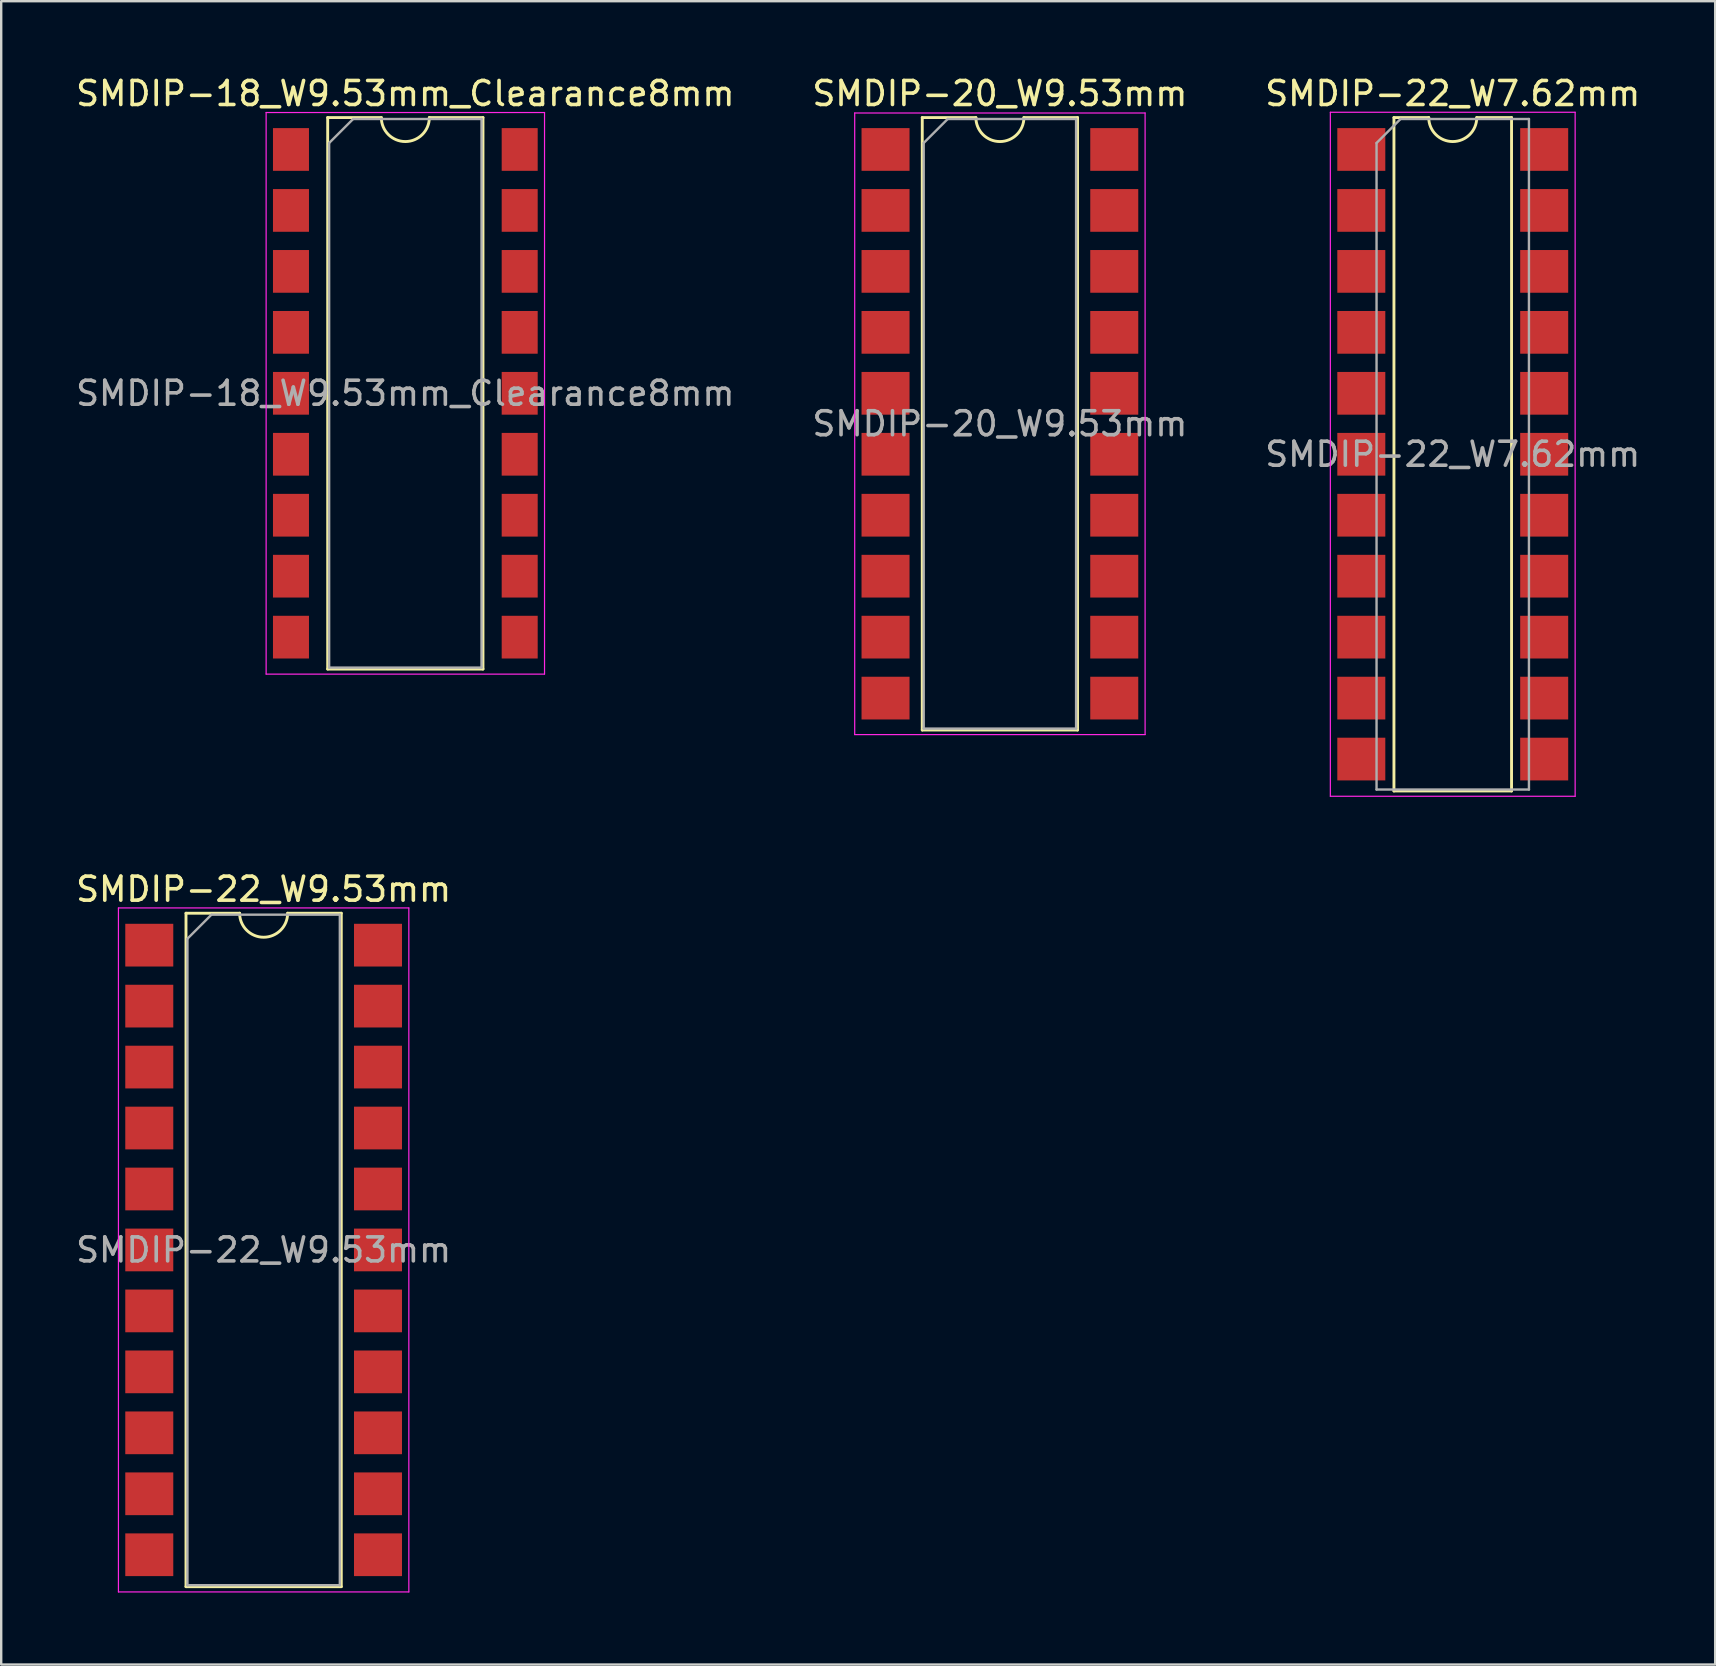
<source format=kicad_pcb>
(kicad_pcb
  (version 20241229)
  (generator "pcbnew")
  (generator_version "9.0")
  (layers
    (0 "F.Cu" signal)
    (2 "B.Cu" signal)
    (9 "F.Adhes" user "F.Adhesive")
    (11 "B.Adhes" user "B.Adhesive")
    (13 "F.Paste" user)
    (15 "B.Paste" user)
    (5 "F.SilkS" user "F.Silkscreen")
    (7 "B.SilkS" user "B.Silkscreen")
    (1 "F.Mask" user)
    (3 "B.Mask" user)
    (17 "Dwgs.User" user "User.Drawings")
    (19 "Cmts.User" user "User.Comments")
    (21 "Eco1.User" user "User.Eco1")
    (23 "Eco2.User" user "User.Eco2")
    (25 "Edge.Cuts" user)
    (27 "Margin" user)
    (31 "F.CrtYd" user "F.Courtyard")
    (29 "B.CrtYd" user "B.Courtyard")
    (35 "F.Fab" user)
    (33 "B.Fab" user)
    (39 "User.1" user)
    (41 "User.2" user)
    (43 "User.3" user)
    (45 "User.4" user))
  (footprint "SMDIP-22_W7.62mm"
    (layer "F.Cu")
    (at 57.482 15.878)
    (property "Reference" "SMDIP-22_W7.62mm" (at 0 -15.03 0) (layer "F.SilkS") (effects (font (size 1 1) (thickness 0.15))))
    (attr smd)
    (fp_line (start -2.45 -14.03) (end -2.45 14.03) (stroke (width 0.12) (type solid)) (layer "F.SilkS"))
    (fp_line (start -2.45 14.03) (end 2.45 14.03) (stroke (width 0.12) (type solid)) (layer "F.SilkS"))
    (fp_line (start -1 -14.03) (end -2.45 -14.03) (stroke (width 0.12) (type solid)) (layer "F.SilkS"))
    (fp_line (start 2.45 -14.03) (end 1 -14.03) (stroke (width 0.12) (type solid)) (layer "F.SilkS"))
    (fp_line (start 2.45 14.03) (end 2.45 -14.03) (stroke (width 0.12) (type solid)) (layer "F.SilkS"))
    (fp_arc (start 1 -14.03) (mid 0 -13.03) (end -1 -14.03) (stroke (width 0.12) (type solid)) (layer "F.SilkS"))
    (fp_line (start -5.1 -14.25) (end -5.1 14.25) (stroke (width 0.05) (type solid)) (layer "F.CrtYd"))
    (fp_line (start -5.1 14.25) (end 5.1 14.25) (stroke (width 0.05) (type solid)) (layer "F.CrtYd"))
    (fp_line (start 5.1 -14.25) (end -5.1 -14.25) (stroke (width 0.05) (type solid)) (layer "F.CrtYd"))
    (fp_line (start 5.1 14.25) (end 5.1 -14.25) (stroke (width 0.05) (type solid)) (layer "F.CrtYd"))
    (fp_line (start -3.175 -12.97) (end -2.175 -13.97) (stroke (width 0.1) (type solid)) (layer "F.Fab"))
    (fp_line (start -3.175 13.97) (end -3.175 -12.97) (stroke (width 0.1) (type solid)) (layer "F.Fab"))
    (fp_line (start -2.175 -13.97) (end 3.175 -13.97) (stroke (width 0.1) (type solid)) (layer "F.Fab"))
    (fp_line (start 3.175 -13.97) (end 3.175 13.97) (stroke (width 0.1) (type solid)) (layer "F.Fab"))
    (fp_line (start 3.175 13.97) (end -3.175 13.97) (stroke (width 0.1) (type solid)) (layer "F.Fab"))
    (fp_text user "${REFERENCE}" (at 0 0 0) (layer "F.Fab") (effects (font (size 1 1) (thickness 0.15))))
    (pad "1" smd rect (at -3.81 -12.7) (size 2 1.78) (layers "F.Cu" "F.Mask" "F.Paste"))
    (pad "2" smd rect (at -3.81 -10.16) (size 2 1.78) (layers "F.Cu" "F.Mask" "F.Paste"))
    (pad "3" smd rect (at -3.81 -7.62) (size 2 1.78) (layers "F.Cu" "F.Mask" "F.Paste"))
    (pad "4" smd rect (at -3.81 -5.08) (size 2 1.78) (layers "F.Cu" "F.Mask" "F.Paste"))
    (pad "5" smd rect (at -3.81 -2.54) (size 2 1.78) (layers "F.Cu" "F.Mask" "F.Paste"))
    (pad "6" smd rect (at -3.81 0) (size 2 1.78) (layers "F.Cu" "F.Mask" "F.Paste"))
    (pad "7" smd rect (at -3.81 2.54) (size 2 1.78) (layers "F.Cu" "F.Mask" "F.Paste"))
    (pad "8" smd rect (at -3.81 5.08) (size 2 1.78) (layers "F.Cu" "F.Mask" "F.Paste"))
    (pad "9" smd rect (at -3.81 7.62) (size 2 1.78) (layers "F.Cu" "F.Mask" "F.Paste"))
    (pad "10" smd rect (at -3.81 10.16) (size 2 1.78) (layers "F.Cu" "F.Mask" "F.Paste"))
    (pad "11" smd rect (at -3.81 12.7) (size 2 1.78) (layers "F.Cu" "F.Mask" "F.Paste"))
    (pad "12" smd rect (at 3.81 12.7) (size 2 1.78) (layers "F.Cu" "F.Mask" "F.Paste"))
    (pad "13" smd rect (at 3.81 10.16) (size 2 1.78) (layers "F.Cu" "F.Mask" "F.Paste"))
    (pad "14" smd rect (at 3.81 7.62) (size 2 1.78) (layers "F.Cu" "F.Mask" "F.Paste"))
    (pad "15" smd rect (at 3.81 5.08) (size 2 1.78) (layers "F.Cu" "F.Mask" "F.Paste"))
    (pad "16" smd rect (at 3.81 2.54) (size 2 1.78) (layers "F.Cu" "F.Mask" "F.Paste"))
    (pad "17" smd rect (at 3.81 0) (size 2 1.78) (layers "F.Cu" "F.Mask" "F.Paste"))
    (pad "18" smd rect (at 3.81 -2.54) (size 2 1.78) (layers "F.Cu" "F.Mask" "F.Paste"))
    (pad "19" smd rect (at 3.81 -5.08) (size 2 1.78) (layers "F.Cu" "F.Mask" "F.Paste"))
    (pad "20" smd rect (at 3.81 -7.62) (size 2 1.78) (layers "F.Cu" "F.Mask" "F.Paste"))
    (pad "21" smd rect (at 3.81 -10.16) (size 2 1.78) (layers "F.Cu" "F.Mask" "F.Paste"))
    (pad "22" smd rect (at 3.81 -12.7) (size 2 1.78) (layers "F.Cu" "F.Mask" "F.Paste")))
  (footprint "SMDIP-22_W9.53mm"
    (layer "F.Cu")
    (at 7.935 49.032)
    (property "Reference" "SMDIP-22_W9.53mm" (at 0 -15.03 0) (layer "F.SilkS") (effects (font (size 1 1) (thickness 0.15))))
    (attr smd)
    (fp_line (start -3.235 -14.03) (end -3.235 14.03) (stroke (width 0.12) (type solid)) (layer "F.SilkS"))
    (fp_line (start -3.235 14.03) (end 3.235 14.03) (stroke (width 0.12) (type solid)) (layer "F.SilkS"))
    (fp_line (start -1 -14.03) (end -3.235 -14.03) (stroke (width 0.12) (type solid)) (layer "F.SilkS"))
    (fp_line (start 3.235 -14.03) (end 1 -14.03) (stroke (width 0.12) (type solid)) (layer "F.SilkS"))
    (fp_line (start 3.235 14.03) (end 3.235 -14.03) (stroke (width 0.12) (type solid)) (layer "F.SilkS"))
    (fp_arc (start 1 -14.03) (mid 0 -13.03) (end -1 -14.03) (stroke (width 0.12) (type solid)) (layer "F.SilkS"))
    (fp_line (start -6.05 -14.25) (end -6.05 14.25) (stroke (width 0.05) (type solid)) (layer "F.CrtYd"))
    (fp_line (start -6.05 14.25) (end 6.05 14.25) (stroke (width 0.05) (type solid)) (layer "F.CrtYd"))
    (fp_line (start 6.05 -14.25) (end -6.05 -14.25) (stroke (width 0.05) (type solid)) (layer "F.CrtYd"))
    (fp_line (start 6.05 14.25) (end 6.05 -14.25) (stroke (width 0.05) (type solid)) (layer "F.CrtYd"))
    (fp_line (start -3.175 -12.97) (end -2.175 -13.97) (stroke (width 0.1) (type solid)) (layer "F.Fab"))
    (fp_line (start -3.175 13.97) (end -3.175 -12.97) (stroke (width 0.1) (type solid)) (layer "F.Fab"))
    (fp_line (start -2.175 -13.97) (end 3.175 -13.97) (stroke (width 0.1) (type solid)) (layer "F.Fab"))
    (fp_line (start 3.175 -13.97) (end 3.175 13.97) (stroke (width 0.1) (type solid)) (layer "F.Fab"))
    (fp_line (start 3.175 13.97) (end -3.175 13.97) (stroke (width 0.1) (type solid)) (layer "F.Fab"))
    (fp_text user "${REFERENCE}" (at 0 0 0) (layer "F.Fab") (effects (font (size 1 1) (thickness 0.15))))
    (pad "1" smd rect (at -4.765 -12.7) (size 2 1.78) (layers "F.Cu" "F.Mask" "F.Paste"))
    (pad "2" smd rect (at -4.765 -10.16) (size 2 1.78) (layers "F.Cu" "F.Mask" "F.Paste"))
    (pad "3" smd rect (at -4.765 -7.62) (size 2 1.78) (layers "F.Cu" "F.Mask" "F.Paste"))
    (pad "4" smd rect (at -4.765 -5.08) (size 2 1.78) (layers "F.Cu" "F.Mask" "F.Paste"))
    (pad "5" smd rect (at -4.765 -2.54) (size 2 1.78) (layers "F.Cu" "F.Mask" "F.Paste"))
    (pad "6" smd rect (at -4.765 0) (size 2 1.78) (layers "F.Cu" "F.Mask" "F.Paste"))
    (pad "7" smd rect (at -4.765 2.54) (size 2 1.78) (layers "F.Cu" "F.Mask" "F.Paste"))
    (pad "8" smd rect (at -4.765 5.08) (size 2 1.78) (layers "F.Cu" "F.Mask" "F.Paste"))
    (pad "9" smd rect (at -4.765 7.62) (size 2 1.78) (layers "F.Cu" "F.Mask" "F.Paste"))
    (pad "10" smd rect (at -4.765 10.16) (size 2 1.78) (layers "F.Cu" "F.Mask" "F.Paste"))
    (pad "11" smd rect (at -4.765 12.7) (size 2 1.78) (layers "F.Cu" "F.Mask" "F.Paste"))
    (pad "12" smd rect (at 4.765 12.7) (size 2 1.78) (layers "F.Cu" "F.Mask" "F.Paste"))
    (pad "13" smd rect (at 4.765 10.16) (size 2 1.78) (layers "F.Cu" "F.Mask" "F.Paste"))
    (pad "14" smd rect (at 4.765 7.62) (size 2 1.78) (layers "F.Cu" "F.Mask" "F.Paste"))
    (pad "15" smd rect (at 4.765 5.08) (size 2 1.78) (layers "F.Cu" "F.Mask" "F.Paste"))
    (pad "16" smd rect (at 4.765 2.54) (size 2 1.78) (layers "F.Cu" "F.Mask" "F.Paste"))
    (pad "17" smd rect (at 4.765 0) (size 2 1.78) (layers "F.Cu" "F.Mask" "F.Paste"))
    (pad "18" smd rect (at 4.765 -2.54) (size 2 1.78) (layers "F.Cu" "F.Mask" "F.Paste"))
    (pad "19" smd rect (at 4.765 -5.08) (size 2 1.78) (layers "F.Cu" "F.Mask" "F.Paste"))
    (pad "20" smd rect (at 4.765 -7.62) (size 2 1.78) (layers "F.Cu" "F.Mask" "F.Paste"))
    (pad "21" smd rect (at 4.765 -10.16) (size 2 1.78) (layers "F.Cu" "F.Mask" "F.Paste"))
    (pad "22" smd rect (at 4.765 -12.7) (size 2 1.78) (layers "F.Cu" "F.Mask" "F.Paste")))
  (footprint "SMDIP-20_W9.53mm"
    (layer "F.Cu")
    (at 38.613 14.608)
    (property "Reference" "SMDIP-20_W9.53mm" (at 0 -13.76 0) (layer "F.SilkS") (effects (font (size 1 1) (thickness 0.15))))
    (attr smd)
    (fp_line (start -3.235 -12.76) (end -3.235 12.76) (stroke (width 0.12) (type solid)) (layer "F.SilkS"))
    (fp_line (start -3.235 12.76) (end 3.235 12.76) (stroke (width 0.12) (type solid)) (layer "F.SilkS"))
    (fp_line (start -1 -12.76) (end -3.235 -12.76) (stroke (width 0.12) (type solid)) (layer "F.SilkS"))
    (fp_line (start 3.235 -12.76) (end 1 -12.76) (stroke (width 0.12) (type solid)) (layer "F.SilkS"))
    (fp_line (start 3.235 12.76) (end 3.235 -12.76) (stroke (width 0.12) (type solid)) (layer "F.SilkS"))
    (fp_arc (start 1 -12.76) (mid 0 -11.76) (end -1 -12.76) (stroke (width 0.12) (type solid)) (layer "F.SilkS"))
    (fp_line (start -6.05 -12.95) (end -6.05 12.95) (stroke (width 0.05) (type solid)) (layer "F.CrtYd"))
    (fp_line (start -6.05 12.95) (end 6.05 12.95) (stroke (width 0.05) (type solid)) (layer "F.CrtYd"))
    (fp_line (start 6.05 -12.95) (end -6.05 -12.95) (stroke (width 0.05) (type solid)) (layer "F.CrtYd"))
    (fp_line (start 6.05 12.95) (end 6.05 -12.95) (stroke (width 0.05) (type solid)) (layer "F.CrtYd"))
    (fp_line (start -3.175 -11.7) (end -2.175 -12.7) (stroke (width 0.1) (type solid)) (layer "F.Fab"))
    (fp_line (start -3.175 12.7) (end -3.175 -11.7) (stroke (width 0.1) (type solid)) (layer "F.Fab"))
    (fp_line (start -2.175 -12.7) (end 3.175 -12.7) (stroke (width 0.1) (type solid)) (layer "F.Fab"))
    (fp_line (start 3.175 -12.7) (end 3.175 12.7) (stroke (width 0.1) (type solid)) (layer "F.Fab"))
    (fp_line (start 3.175 12.7) (end -3.175 12.7) (stroke (width 0.1) (type solid)) (layer "F.Fab"))
    (fp_text user "${REFERENCE}" (at 0 0 0) (layer "F.Fab") (effects (font (size 1 1) (thickness 0.15))))
    (pad "1" smd rect (at -4.765 -11.43) (size 2 1.78) (layers "F.Cu" "F.Mask" "F.Paste"))
    (pad "2" smd rect (at -4.765 -8.89) (size 2 1.78) (layers "F.Cu" "F.Mask" "F.Paste"))
    (pad "3" smd rect (at -4.765 -6.35) (size 2 1.78) (layers "F.Cu" "F.Mask" "F.Paste"))
    (pad "4" smd rect (at -4.765 -3.81) (size 2 1.78) (layers "F.Cu" "F.Mask" "F.Paste"))
    (pad "5" smd rect (at -4.765 -1.27) (size 2 1.78) (layers "F.Cu" "F.Mask" "F.Paste"))
    (pad "6" smd rect (at -4.765 1.27) (size 2 1.78) (layers "F.Cu" "F.Mask" "F.Paste"))
    (pad "7" smd rect (at -4.765 3.81) (size 2 1.78) (layers "F.Cu" "F.Mask" "F.Paste"))
    (pad "8" smd rect (at -4.765 6.35) (size 2 1.78) (layers "F.Cu" "F.Mask" "F.Paste"))
    (pad "9" smd rect (at -4.765 8.89) (size 2 1.78) (layers "F.Cu" "F.Mask" "F.Paste"))
    (pad "10" smd rect (at -4.765 11.43) (size 2 1.78) (layers "F.Cu" "F.Mask" "F.Paste"))
    (pad "11" smd rect (at 4.765 11.43) (size 2 1.78) (layers "F.Cu" "F.Mask" "F.Paste"))
    (pad "12" smd rect (at 4.765 8.89) (size 2 1.78) (layers "F.Cu" "F.Mask" "F.Paste"))
    (pad "13" smd rect (at 4.765 6.35) (size 2 1.78) (layers "F.Cu" "F.Mask" "F.Paste"))
    (pad "14" smd rect (at 4.765 3.81) (size 2 1.78) (layers "F.Cu" "F.Mask" "F.Paste"))
    (pad "15" smd rect (at 4.765 1.27) (size 2 1.78) (layers "F.Cu" "F.Mask" "F.Paste"))
    (pad "16" smd rect (at 4.765 -1.27) (size 2 1.78) (layers "F.Cu" "F.Mask" "F.Paste"))
    (pad "17" smd rect (at 4.765 -3.81) (size 2 1.78) (layers "F.Cu" "F.Mask" "F.Paste"))
    (pad "18" smd rect (at 4.765 -6.35) (size 2 1.78) (layers "F.Cu" "F.Mask" "F.Paste"))
    (pad "19" smd rect (at 4.765 -8.89) (size 2 1.78) (layers "F.Cu" "F.Mask" "F.Paste"))
    (pad "20" smd rect (at 4.765 -11.43) (size 2 1.78) (layers "F.Cu" "F.Mask" "F.Paste")))
  (footprint "SMDIP-18_W9.53mm_Clearance8mm"
    (layer "F.Cu")
    (at 13.839 13.338)
    (property "Reference" "SMDIP-18_W9.53mm_Clearance8mm" (at 0 -12.49 0) (layer "F.SilkS") (effects (font (size 1 1) (thickness 0.15))))
    (attr smd)
    (fp_line (start -3.235 -11.49) (end -3.235 11.49) (stroke (width 0.12) (type solid)) (layer "F.SilkS"))
    (fp_line (start -3.235 11.49) (end 3.235 11.49) (stroke (width 0.12) (type solid)) (layer "F.SilkS"))
    (fp_line (start -1 -11.49) (end -3.235 -11.49) (stroke (width 0.12) (type solid)) (layer "F.SilkS"))
    (fp_line (start 3.235 -11.49) (end 1 -11.49) (stroke (width 0.12) (type solid)) (layer "F.SilkS"))
    (fp_line (start 3.235 11.49) (end 3.235 -11.49) (stroke (width 0.12) (type solid)) (layer "F.SilkS"))
    (fp_arc (start 1 -11.49) (mid 0 -10.49) (end -1 -11.49) (stroke (width 0.12) (type solid)) (layer "F.SilkS"))
    (fp_line (start -5.8 -11.7) (end -5.8 11.7) (stroke (width 0.05) (type solid)) (layer "F.CrtYd"))
    (fp_line (start -5.8 11.7) (end 5.8 11.7) (stroke (width 0.05) (type solid)) (layer "F.CrtYd"))
    (fp_line (start 5.8 -11.7) (end -5.8 -11.7) (stroke (width 0.05) (type solid)) (layer "F.CrtYd"))
    (fp_line (start 5.8 11.7) (end 5.8 -11.7) (stroke (width 0.05) (type solid)) (layer "F.CrtYd"))
    (fp_line (start -3.175 -10.43) (end -2.175 -11.43) (stroke (width 0.1) (type solid)) (layer "F.Fab"))
    (fp_line (start -3.175 11.43) (end -3.175 -10.43) (stroke (width 0.1) (type solid)) (layer "F.Fab"))
    (fp_line (start -2.175 -11.43) (end 3.175 -11.43) (stroke (width 0.1) (type solid)) (layer "F.Fab"))
    (fp_line (start 3.175 -11.43) (end 3.175 11.43) (stroke (width 0.1) (type solid)) (layer "F.Fab"))
    (fp_line (start 3.175 11.43) (end -3.175 11.43) (stroke (width 0.1) (type solid)) (layer "F.Fab"))
    (fp_text user "${REFERENCE}" (at 0 0 0) (layer "F.Fab") (effects (font (size 1 1) (thickness 0.15))))
    (pad "1" smd rect (at -4.765 -10.16) (size 1.5 1.78) (layers "F.Cu" "F.Mask" "F.Paste"))
    (pad "2" smd rect (at -4.765 -7.62) (size 1.5 1.78) (layers "F.Cu" "F.Mask" "F.Paste"))
    (pad "3" smd rect (at -4.765 -5.08) (size 1.5 1.78) (layers "F.Cu" "F.Mask" "F.Paste"))
    (pad "4" smd rect (at -4.765 -2.54) (size 1.5 1.78) (layers "F.Cu" "F.Mask" "F.Paste"))
    (pad "5" smd rect (at -4.765 0) (size 1.5 1.78) (layers "F.Cu" "F.Mask" "F.Paste"))
    (pad "6" smd rect (at -4.765 2.54) (size 1.5 1.78) (layers "F.Cu" "F.Mask" "F.Paste"))
    (pad "7" smd rect (at -4.765 5.08) (size 1.5 1.78) (layers "F.Cu" "F.Mask" "F.Paste"))
    (pad "8" smd rect (at -4.765 7.62) (size 1.5 1.78) (layers "F.Cu" "F.Mask" "F.Paste"))
    (pad "9" smd rect (at -4.765 10.16) (size 1.5 1.78) (layers "F.Cu" "F.Mask" "F.Paste"))
    (pad "10" smd rect (at 4.765 10.16) (size 1.5 1.78) (layers "F.Cu" "F.Mask" "F.Paste"))
    (pad "11" smd rect (at 4.765 7.62) (size 1.5 1.78) (layers "F.Cu" "F.Mask" "F.Paste"))
    (pad "12" smd rect (at 4.765 5.08) (size 1.5 1.78) (layers "F.Cu" "F.Mask" "F.Paste"))
    (pad "13" smd rect (at 4.765 2.54) (size 1.5 1.78) (layers "F.Cu" "F.Mask" "F.Paste"))
    (pad "14" smd rect (at 4.765 0) (size 1.5 1.78) (layers "F.Cu" "F.Mask" "F.Paste"))
    (pad "15" smd rect (at 4.765 -2.54) (size 1.5 1.78) (layers "F.Cu" "F.Mask" "F.Paste"))
    (pad "16" smd rect (at 4.765 -5.08) (size 1.5 1.78) (layers "F.Cu" "F.Mask" "F.Paste"))
    (pad "17" smd rect (at 4.765 -7.62) (size 1.5 1.78) (layers "F.Cu" "F.Mask" "F.Paste"))
    (pad "18" smd rect (at 4.765 -10.16) (size 1.5 1.78) (layers "F.Cu" "F.Mask" "F.Paste")))
  (gr_rect
    (start -3 -3)
    (end 68.417 66.306)
    (stroke (width 0.1) (type default))
    (fill no)
    (layer "Edge.Cuts")))
</source>
